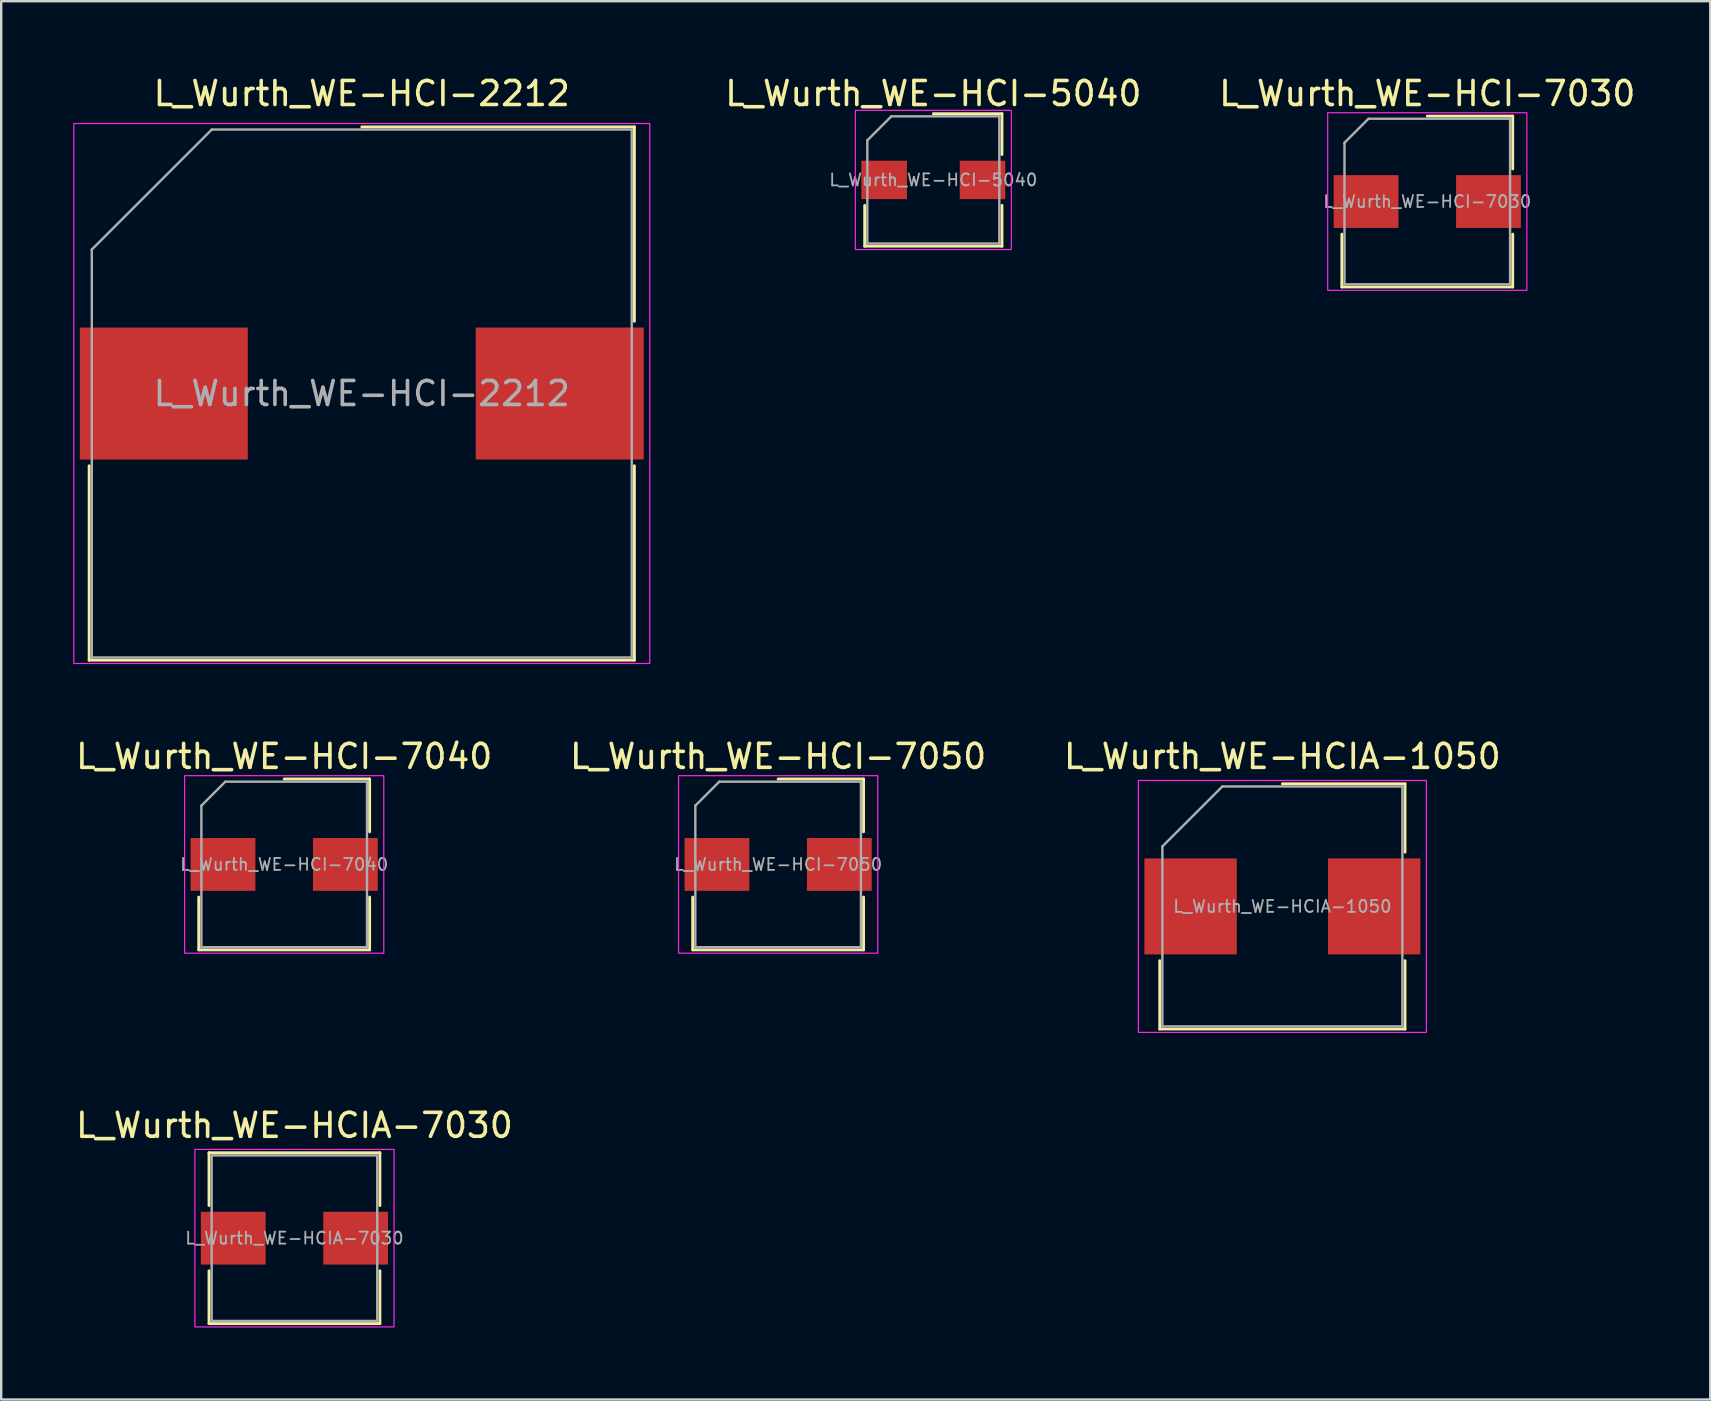
<source format=kicad_pcb>
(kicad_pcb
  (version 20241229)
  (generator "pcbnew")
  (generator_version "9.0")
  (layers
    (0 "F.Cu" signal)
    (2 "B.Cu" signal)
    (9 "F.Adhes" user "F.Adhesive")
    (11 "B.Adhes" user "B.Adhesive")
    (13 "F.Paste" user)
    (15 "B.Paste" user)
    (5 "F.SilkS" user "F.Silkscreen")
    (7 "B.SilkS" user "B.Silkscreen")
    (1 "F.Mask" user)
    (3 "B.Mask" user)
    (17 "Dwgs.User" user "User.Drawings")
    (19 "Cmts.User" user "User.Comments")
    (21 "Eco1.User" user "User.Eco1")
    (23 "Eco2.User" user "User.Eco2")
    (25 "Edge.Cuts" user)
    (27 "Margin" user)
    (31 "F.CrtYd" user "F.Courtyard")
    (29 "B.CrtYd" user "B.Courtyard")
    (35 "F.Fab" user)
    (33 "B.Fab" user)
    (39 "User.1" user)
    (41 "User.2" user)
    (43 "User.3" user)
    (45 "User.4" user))
  (footprint "L_Wurth_WE-HCI-2212"
    (layer "F.Cu")
    (at 12.025 13.348)
    (property "Reference" "L_Wurth_WE-HCI-2212" (at 0 -12.5 0) (unlocked yes) (layer "F.SilkS") (effects (font (size 1 1) (thickness 0.15))))
    (attr smd)
    (fp_line (start -11.36 11.11) (end -11.36 3.01) (stroke (width 0.12) (type solid)) (layer "F.SilkS"))
    (fp_line (start 0 -11.11) (end 11.36 -11.11) (stroke (width 0.12) (type solid)) (layer "F.SilkS"))
    (fp_line (start 11.36 -11.11) (end 11.36 -3.01) (stroke (width 0.12) (type solid)) (layer "F.SilkS"))
    (fp_line (start 11.36 11.11) (end -11.36 11.11) (stroke (width 0.12) (type solid)) (layer "F.SilkS"))
    (fp_line (start 11.36 11.11) (end 11.36 3.01) (stroke (width 0.12) (type solid)) (layer "F.SilkS"))
    (fp_rect (start -12 -11.25) (end 12 11.25) (stroke (width 0.05) (type solid)) (fill no) (layer "F.CrtYd"))
    (fp_line (start -11.25 -6) (end -11.25 11) (stroke (width 0.1) (type solid)) (layer "F.Fab"))
    (fp_line (start -11.25 11) (end 11.25 11) (stroke (width 0.1) (type solid)) (layer "F.Fab"))
    (fp_line (start -6.25 -11) (end -11.25 -6) (stroke (width 0.1) (type solid)) (layer "F.Fab"))
    (fp_line (start -6.25 -11) (end 11.25 -11) (stroke (width 0.1) (type solid)) (layer "F.Fab"))
    (fp_line (start 11.25 -11) (end 11.25 11) (stroke (width 0.1) (type solid)) (layer "F.Fab"))
    (fp_text user "${REFERENCE}" (at 0 0 0) (unlocked yes) (layer "F.Fab") (effects (font (size 1 1) (thickness 0.15))))
    (pad "1" smd rect (at -8.25 0) (size 7 5.5) (layers "F.Cu" "F.Mask" "F.Paste"))
    (pad "2" smd rect (at 8.25 0) (size 7 5.5) (layers "F.Cu" "F.Mask" "F.Paste")))
  (footprint "L_Wurth_WE-HCI-7050"
    (layer "F.Cu")
    (at 29.375 32.971)
    (property "Reference" "L_Wurth_WE-HCI-7050" (at 0 -4.5 0) (unlocked yes) (layer "F.SilkS") (effects (font (size 1 1) (thickness 0.15))))
    (attr smd)
    (fp_line (start -3.56 3.56) (end -3.56 1.36) (stroke (width 0.12) (type solid)) (layer "F.SilkS"))
    (fp_line (start -3.56 3.56) (end 3.56 3.56) (stroke (width 0.12) (type solid)) (layer "F.SilkS"))
    (fp_line (start 0 -3.56) (end 3.56 -3.56) (stroke (width 0.12) (type solid)) (layer "F.SilkS"))
    (fp_line (start 3.56 -3.56) (end 3.56 -1.36) (stroke (width 0.12) (type solid)) (layer "F.SilkS"))
    (fp_line (start 3.56 1.36) (end 3.56 3.56) (stroke (width 0.12) (type solid)) (layer "F.SilkS"))
    (fp_rect (start -4.15 -3.7) (end 4.15 3.7) (stroke (width 0.05) (type solid)) (fill no) (layer "F.CrtYd"))
    (fp_line (start -3.45 -2.45) (end -3.45 3.45) (stroke (width 0.1) (type solid)) (layer "F.Fab"))
    (fp_line (start -3.45 -2.45) (end -2.45 -3.45) (stroke (width 0.1) (type solid)) (layer "F.Fab"))
    (fp_line (start -3.45 3.45) (end 3.45 3.45) (stroke (width 0.1) (type solid)) (layer "F.Fab"))
    (fp_line (start -2.45 -3.45) (end 3.45 -3.45) (stroke (width 0.1) (type solid)) (layer "F.Fab"))
    (fp_line (start 3.45 -3.45) (end 3.45 3.45) (stroke (width 0.1) (type solid)) (layer "F.Fab"))
    (fp_text user "${REFERENCE}" (at 0 0 0) (unlocked yes) (layer "F.Fab") (effects (font (size 0.5 0.5) (thickness 0.075))))
    (pad "1" smd rect (at -2.55 0) (size 2.7 2.2) (layers "F.Cu" "F.Mask" "F.Paste"))
    (pad "2" smd rect (at 2.55 0) (size 2.7 2.2) (layers "F.Cu" "F.Mask" "F.Paste")))
  (footprint "L_Wurth_WE-HCI-7040"
    (layer "F.Cu")
    (at 8.792 32.971)
    (property "Reference" "L_Wurth_WE-HCI-7040" (at 0 -4.5 0) (unlocked yes) (layer "F.SilkS") (effects (font (size 1 1) (thickness 0.15))))
    (attr smd)
    (fp_line (start -3.56 3.56) (end -3.56 1.36) (stroke (width 0.12) (type solid)) (layer "F.SilkS"))
    (fp_line (start -3.56 3.56) (end 3.56 3.56) (stroke (width 0.12) (type solid)) (layer "F.SilkS"))
    (fp_line (start 0 -3.56) (end 3.56 -3.56) (stroke (width 0.12) (type solid)) (layer "F.SilkS"))
    (fp_line (start 3.56 -3.56) (end 3.56 -1.36) (stroke (width 0.12) (type solid)) (layer "F.SilkS"))
    (fp_line (start 3.56 1.36) (end 3.56 3.56) (stroke (width 0.12) (type solid)) (layer "F.SilkS"))
    (fp_rect (start -4.15 -3.7) (end 4.15 3.7) (stroke (width 0.05) (type solid)) (fill no) (layer "F.CrtYd"))
    (fp_line (start -3.45 -2.45) (end -3.45 3.45) (stroke (width 0.1) (type solid)) (layer "F.Fab"))
    (fp_line (start -3.45 3.45) (end 3.45 3.45) (stroke (width 0.1) (type solid)) (layer "F.Fab"))
    (fp_line (start -2.45 -3.45) (end -3.45 -2.45) (stroke (width 0.1) (type solid)) (layer "F.Fab"))
    (fp_line (start -2.45 -3.45) (end 3.45 -3.45) (stroke (width 0.1) (type solid)) (layer "F.Fab"))
    (fp_line (start 3.45 -3.45) (end 3.45 3.45) (stroke (width 0.1) (type solid)) (layer "F.Fab"))
    (fp_text user "${REFERENCE}" (at 0 0 0) (unlocked yes) (layer "F.Fab") (effects (font (size 0.5 0.5) (thickness 0.075))))
    (pad "1" smd rect (at -2.55 0) (size 2.7 2.2) (layers "F.Cu" "F.Mask" "F.Paste"))
    (pad "2" smd rect (at 2.55 0) (size 2.7 2.2) (layers "F.Cu" "F.Mask" "F.Paste")))
  (footprint "L_Wurth_WE-HCI-7030"
    (layer "F.Cu")
    (at 56.425 5.348)
    (property "Reference" "L_Wurth_WE-HCI-7030" (at 0 -4.5 0) (unlocked yes) (layer "F.SilkS") (effects (font (size 1 1) (thickness 0.15))))
    (attr smd)
    (fp_line (start -3.56 3.56) (end -3.56 1.36) (stroke (width 0.12) (type solid)) (layer "F.SilkS"))
    (fp_line (start -3.56 3.56) (end 3.56 3.56) (stroke (width 0.12) (type solid)) (layer "F.SilkS"))
    (fp_line (start 0 -3.56) (end 3.56 -3.56) (stroke (width 0.12) (type solid)) (layer "F.SilkS"))
    (fp_line (start 3.56 -3.56) (end 3.56 -1.36) (stroke (width 0.12) (type solid)) (layer "F.SilkS"))
    (fp_line (start 3.56 1.36) (end 3.56 3.56) (stroke (width 0.12) (type solid)) (layer "F.SilkS"))
    (fp_rect (start -4.15 -3.7) (end 4.15 3.7) (stroke (width 0.05) (type solid)) (fill no) (layer "F.CrtYd"))
    (fp_line (start -3.45 -2.45) (end -3.45 3.45) (stroke (width 0.1) (type solid)) (layer "F.Fab"))
    (fp_line (start -3.45 -2.45) (end -2.45 -3.45) (stroke (width 0.1) (type solid)) (layer "F.Fab"))
    (fp_line (start -3.45 3.45) (end 3.45 3.45) (stroke (width 0.1) (type solid)) (layer "F.Fab"))
    (fp_line (start -2.45 -3.45) (end 3.45 -3.45) (stroke (width 0.1) (type solid)) (layer "F.Fab"))
    (fp_line (start 3.45 -3.45) (end 3.45 3.45) (stroke (width 0.1) (type solid)) (layer "F.Fab"))
    (fp_text user "${REFERENCE}" (at 0 0 0) (unlocked yes) (layer "F.Fab") (effects (font (size 0.5 0.5) (thickness 0.075))))
    (pad "1" smd rect (at -2.55 0) (size 2.7 2.2) (layers "F.Cu" "F.Mask" "F.Paste"))
    (pad "2" smd rect (at 2.55 0) (size 2.7 2.2) (layers "F.Cu" "F.Mask" "F.Paste")))
  (footprint "L_Wurth_WE-HCI-5040"
    (layer "F.Cu")
    (at 35.842 4.448)
    (property "Reference" "L_Wurth_WE-HCI-5040" (at 0 -3.6 0) (unlocked yes) (layer "F.SilkS") (effects (font (size 1 1) (thickness 0.15))))
    (attr smd)
    (fp_line (start -2.86 1.06) (end -2.86 2.76) (stroke (width 0.12) (type solid)) (layer "F.SilkS"))
    (fp_line (start -2.86 2.76) (end 2.86 2.76) (stroke (width 0.12) (type solid)) (layer "F.SilkS"))
    (fp_line (start 0 -2.76) (end 2.86 -2.76) (stroke (width 0.12) (type solid)) (layer "F.SilkS"))
    (fp_line (start 2.86 -1.06) (end 2.86 -2.76) (stroke (width 0.12) (type solid)) (layer "F.SilkS"))
    (fp_line (start 2.86 1.06) (end 2.86 2.76) (stroke (width 0.12) (type solid)) (layer "F.SilkS"))
    (fp_rect (start -3.25 -2.9) (end 3.25 2.9) (stroke (width 0.05) (type solid)) (fill no) (layer "F.CrtYd"))
    (fp_line (start -2.75 -1.65) (end -2.75 2.65) (stroke (width 0.1) (type solid)) (layer "F.Fab"))
    (fp_line (start -2.75 2.65) (end 2.75 2.65) (stroke (width 0.1) (type solid)) (layer "F.Fab"))
    (fp_line (start -1.75 -2.65) (end -2.75 -1.65) (stroke (width 0.1) (type solid)) (layer "F.Fab"))
    (fp_line (start -1.75 -2.65) (end 2.75 -2.65) (stroke (width 0.1) (type solid)) (layer "F.Fab"))
    (fp_line (start 2.75 -2.65) (end 2.75 2.65) (stroke (width 0.1) (type solid)) (layer "F.Fab"))
    (fp_text user "${REFERENCE}" (at 0 0 0) (unlocked yes) (layer "F.Fab") (effects (font (size 0.5 0.5) (thickness 0.075))))
    (pad "1" smd rect (at -2.05 0) (size 1.9 1.6) (layers "F.Cu" "F.Mask" "F.Paste"))
    (pad "2" smd rect (at 2.05 0) (size 1.9 1.6) (layers "F.Cu" "F.Mask" "F.Paste")))
  (footprint "L_Wurth_WE-HCIA-1050"
    (layer "F.Cu")
    (at 50.387 34.721)
    (property "Reference" "L_Wurth_WE-HCIA-1050" (at 0 -6.25 0) (unlocked yes) (layer "F.SilkS") (effects (font (size 1 1) (thickness 0.15))))
    (attr smd)
    (fp_line (start -5.11 5.11) (end -5.11 2.26) (stroke (width 0.12) (type solid)) (layer "F.SilkS"))
    (fp_line (start -5.11 5.11) (end 5.11 5.11) (stroke (width 0.12) (type solid)) (layer "F.SilkS"))
    (fp_line (start 0 -5.11) (end 5.11 -5.11) (stroke (width 0.12) (type solid)) (layer "F.SilkS"))
    (fp_line (start 5.11 -5.11) (end 5.11 -2.26) (stroke (width 0.12) (type solid)) (layer "F.SilkS"))
    (fp_line (start 5.11 5.11) (end 5.11 2.26) (stroke (width 0.12) (type solid)) (layer "F.SilkS"))
    (fp_rect (start -6 -5.25) (end 6 5.25) (stroke (width 0.05) (type solid)) (fill no) (layer "F.CrtYd"))
    (fp_line (start -5 -2.5) (end -5 5) (stroke (width 0.1) (type solid)) (layer "F.Fab"))
    (fp_line (start -5 5) (end 5 5) (stroke (width 0.1) (type solid)) (layer "F.Fab"))
    (fp_line (start -2.5 -5) (end -5 -2.5) (stroke (width 0.1) (type solid)) (layer "F.Fab"))
    (fp_line (start 5 -5) (end -2.5 -5) (stroke (width 0.1) (type solid)) (layer "F.Fab"))
    (fp_line (start 5 5) (end 5 -5) (stroke (width 0.1) (type solid)) (layer "F.Fab"))
    (fp_text user "${REFERENCE}" (at 0 0 0) (unlocked yes) (layer "F.Fab") (effects (font (size 0.5 0.5) (thickness 0.075))))
    (pad "1" smd rect (at -3.825 0) (size 3.85 4) (layers "F.Cu" "F.Mask" "F.Paste"))
    (pad "2" smd rect (at 3.825 0) (size 3.85 4) (layers "F.Cu" "F.Mask" "F.Paste")))
  (footprint "L_Wurth_WE-HCIA-7030"
    (layer "F.Cu")
    (at 9.22 48.545)
    (property "Reference" "L_Wurth_WE-HCIA-7030" (at 0 -4.7 0) (unlocked yes) (layer "F.SilkS") (effects (font (size 1 1) (thickness 0.15))))
    (attr smd)
    (fp_line (start -3.56 -3.56) (end -3.56 -1.36) (stroke (width 0.12) (type solid)) (layer "F.SilkS"))
    (fp_line (start -3.56 -3.56) (end 3.56 -3.56) (stroke (width 0.12) (type solid)) (layer "F.SilkS"))
    (fp_line (start -3.56 3.56) (end -3.56 1.36) (stroke (width 0.12) (type solid)) (layer "F.SilkS"))
    (fp_line (start -3.56 3.56) (end 3.56 3.56) (stroke (width 0.12) (type solid)) (layer "F.SilkS"))
    (fp_line (start 3.56 -3.56) (end 3.56 -1.36) (stroke (width 0.12) (type solid)) (layer "F.SilkS"))
    (fp_line (start 3.56 3.56) (end 3.56 1.36) (stroke (width 0.12) (type solid)) (layer "F.SilkS"))
    (fp_rect (start -4.15 -3.7) (end 4.15 3.7) (stroke (width 0.05) (type solid)) (fill no) (layer "F.CrtYd"))
    (fp_rect (start -3.45 -3.45) (end 3.45 3.45) (stroke (width 0.1) (type solid)) (fill no) (layer "F.Fab"))
    (fp_text user "${REFERENCE}" (at 0 0 0) (unlocked yes) (layer "F.Fab") (effects (font (size 0.5 0.5) (thickness 0.075))))
    (pad "1" smd rect (at -2.55 0) (size 2.7 2.2) (layers "F.Cu" "F.Mask" "F.Paste"))
    (pad "2" smd rect (at 2.55 0) (size 2.7 2.2) (layers "F.Cu" "F.Mask" "F.Paste")))
  (gr_rect
    (start -3 -3)
    (end 68.217 55.27)
    (stroke (width 0.1) (type default))
    (fill no)
    (layer "Edge.Cuts")))
</source>
